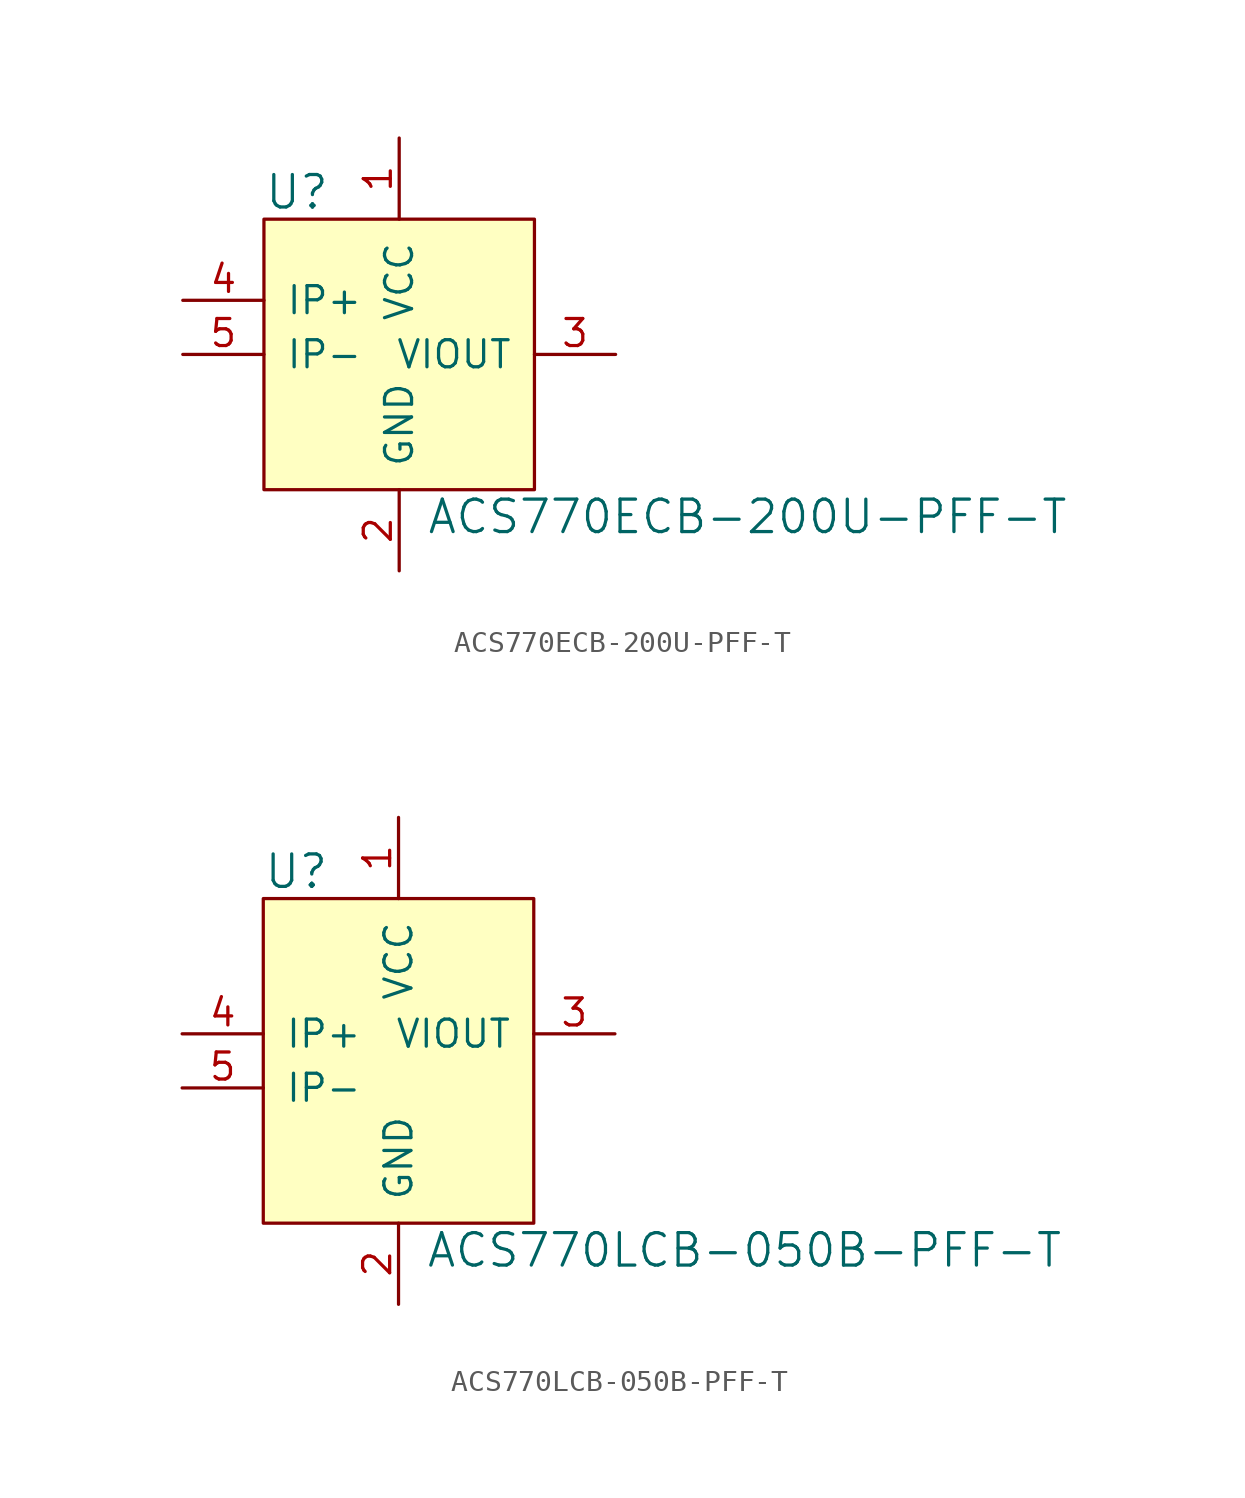
<source format=kicad_sym>
(kicad_symbol_lib
  (version 20220914)
  (generator kicad_symbol_editor)
  (symbol "ACS770ECB-200U-PFF-T"
    (pin_names
      (offset 1.016))
    (property "Reference" "U"
      (at -6.35 7.62 0)
      (effects (font (size 1.524 1.524)) (justify left)))
    (property "Value" "ACS770ECB-200U-PFF-T"
      (at 1.27 -7.62 0)
      (effects (font (size 1.524 1.524)) (justify left)))
    (symbol "ACS770ECB-200U-PFF-T_1_1"
      (rectangle (start -6.35 6.35) (end 6.35 -6.35) (stroke (width 0) (type solid)) (fill (type background)))
      (pin power_in line (at 0 10.16 270) (length 3.81) (name "VCC" (effects (font (size 1.27 1.27)))) (number "1" (effects (font (size 1.27 1.27)))))
      (pin power_in line (at 0 -10.16 90) (length 3.81) (name "GND" (effects (font (size 1.27 1.27)))) (number "2" (effects (font (size 1.27 1.27)))))
      (pin output line (at 10.16 0 180) (length 3.81) (name "VIOUT" (effects (font (size 1.27 1.27)))) (number "3" (effects (font (size 1.27 1.27)))))
      (pin input line (at -10.16 2.54 0) (length 3.81) (name "IP+" (effects (font (size 1.27 1.27)))) (number "4" (effects (font (size 1.27 1.27)))))
      (pin input line (at -10.16 0 0) (length 3.81) (name "IP-" (effects (font (size 1.27 1.27)))) (number "5" (effects (font (size 1.27 1.27)))))))
  (symbol "ACS770LCB-050B-PFF-T"
    (pin_names
      (offset 1.016))
    (property "Reference" "U"
      (at -6.35 7.62 0)
      (effects (font (size 1.524 1.524)) (justify left)))
    (property "Value" "ACS770LCB-050B-PFF-T"
      (at 1.27 -10.16 0)
      (effects (font (size 1.524 1.524)) (justify left)))
    (symbol "ACS770LCB-050B-PFF-T_1_1"
      (rectangle (start -6.35 6.35) (end 6.35 -8.89) (stroke (width 0) (type solid)) (fill (type background)))
      (pin power_in line (at 0 10.16 270) (length 3.81) (name "VCC" (effects (font (size 1.27 1.27)))) (number "1" (effects (font (size 1.27 1.27)))))
      (pin power_in line (at 0 -12.7 90) (length 3.81) (name "GND" (effects (font (size 1.27 1.27)))) (number "2" (effects (font (size 1.27 1.27)))))
      (pin output line (at 10.16 0 180) (length 3.81) (name "VIOUT" (effects (font (size 1.27 1.27)))) (number "3" (effects (font (size 1.27 1.27)))))
      (pin input line (at -10.16 0 0) (length 3.81) (name "IP+" (effects (font (size 1.27 1.27)))) (number "4" (effects (font (size 1.27 1.27)))))
      (pin input line (at -10.16 -2.54 0) (length 3.81) (name "IP-" (effects (font (size 1.27 1.27)))) (number "5" (effects (font (size 1.27 1.27))))))))
</source>
